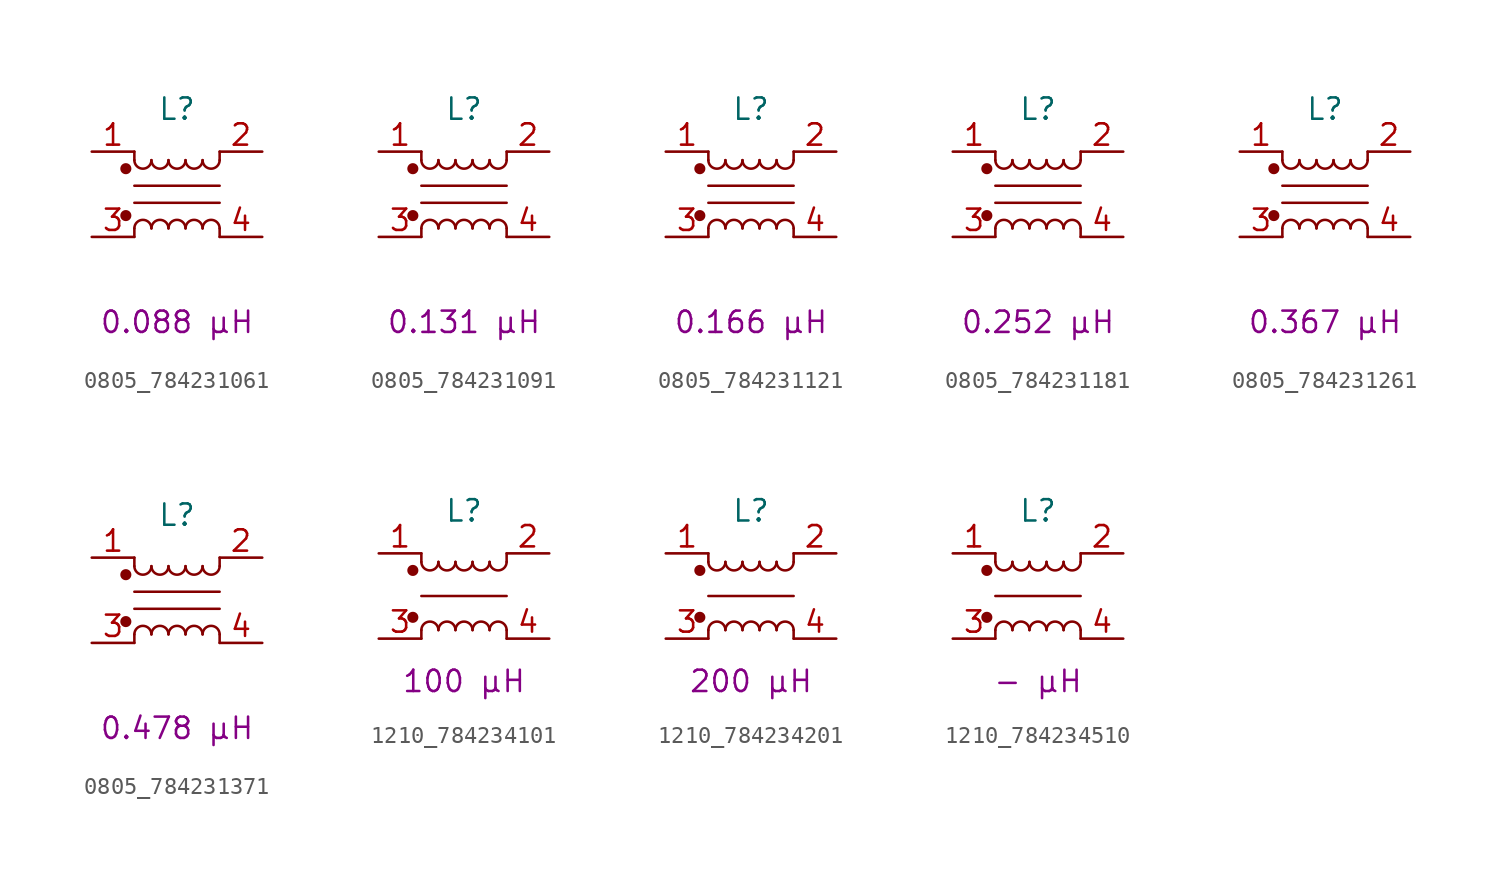
<source format=kicad_sym>
(kicad_symbol_lib
  (version 20220914)
  (generator kicad_symbol_editor)
  (symbol "0805_784231061"
    (pin_names hide)
    (property "Reference" "L"
      (at 0 5.08 0)
      (effects (font (size 1.27 1.27))))
    (property "Critical Parameter" "0.088 µH"
      (at 0 -7.62 0)
      (effects (font (size 1.27 1.27))))
    (symbol "0805_784231061_0_1"
      (circle (center -3.048 -1.27) (radius 0.254) (stroke (width 0) (type default)) (fill (type outline)))
      (circle (center -3.048 1.524) (radius 0.254) (stroke (width 0) (type default)) (fill (type outline)))
      (arc (start -2.54 2.032) (mid -2.032 1.5262) (end -1.524 2.032) (stroke (width 0) (type default)) (fill (type none)))
      (arc (start -1.524 -2.032) (mid -2.032 -1.5262) (end -2.54 -2.032) (stroke (width 0) (type default)) (fill (type none)))
      (arc (start -1.524 2.032) (mid -1.016 1.5262) (end -0.508 2.032) (stroke (width 0) (type default)) (fill (type none)))
      (arc (start -0.508 -2.032) (mid -1.016 -1.5262) (end -1.524 -2.032) (stroke (width 0) (type default)) (fill (type none)))
      (arc (start -0.508 2.032) (mid 0 1.5262) (end 0.508 2.032) (stroke (width 0) (type default)) (fill (type none)))
      (polyline (pts (xy -2.54 -2.032) (xy -2.54 -2.54)) (stroke (width 0) (type default)) (fill (type none)))
      (polyline (pts (xy -2.54 0.508) (xy 2.54 0.508)) (stroke (width 0) (type default)) (fill (type none)))
      (polyline (pts (xy -2.54 2.032) (xy -2.54 2.54)) (stroke (width 0) (type default)) (fill (type none)))
      (polyline (pts (xy 2.54 -2.032) (xy 2.54 -2.54)) (stroke (width 0) (type default)) (fill (type none)))
      (polyline (pts (xy 2.54 -0.508) (xy -2.54 -0.508)) (stroke (width 0) (type default)) (fill (type none)))
      (polyline (pts (xy 2.54 2.54) (xy 2.54 2.032)) (stroke (width 0) (type default)) (fill (type none)))
      (arc (start 0.508 -2.032) (mid 0 -1.5262) (end -0.508 -2.032) (stroke (width 0) (type default)) (fill (type none)))
      (arc (start 0.508 2.032) (mid 1.016 1.5262) (end 1.524 2.032) (stroke (width 0) (type default)) (fill (type none)))
      (arc (start 1.524 -2.032) (mid 1.016 -1.5262) (end 0.508 -2.032) (stroke (width 0) (type default)) (fill (type none)))
      (arc (start 1.524 2.032) (mid 2.032 1.5262) (end 2.54 2.032) (stroke (width 0) (type default)) (fill (type none)))
      (arc (start 2.54 -2.032) (mid 2.032 -1.5262) (end 1.524 -2.032) (stroke (width 0) (type default)) (fill (type none))))
    (symbol "0805_784231061_1_1"
      (pin passive line (at -5.08 2.54 0) (length 2.54) (name "1" (effects (font (size 1.27 1.27)))) (number "1" (effects (font (size 1.27 1.27)))))
      (pin passive line (at 5.08 -2.54 180) (length 2.54) (name "4" (effects (font (size 1.27 1.27)))) (number "4" (effects (font (size 1.27 1.27)))))
      (pin passive line (at -5.08 -2.54 0) (length 2.54) (name "3" (effects (font (size 1.27 1.27)))) (number "3" (effects (font (size 1.27 1.27)))))
      (pin passive line (at 5.08 2.54 180) (length 2.54) (name "2" (effects (font (size 1.27 1.27)))) (number "2" (effects (font (size 1.27 1.27)))))))
  (symbol "0805_784231091"
    (pin_names hide)
    (property "Reference" "L"
      (at 0 5.08 0)
      (effects (font (size 1.27 1.27))))
    (property "Critical Parameter" "0.131 µH"
      (at 0 -7.62 0)
      (effects (font (size 1.27 1.27))))
    (symbol "0805_784231091_0_1"
      (circle (center -3.048 -1.27) (radius 0.254) (stroke (width 0) (type default)) (fill (type outline)))
      (circle (center -3.048 1.524) (radius 0.254) (stroke (width 0) (type default)) (fill (type outline)))
      (arc (start -2.54 2.032) (mid -2.032 1.5262) (end -1.524 2.032) (stroke (width 0) (type default)) (fill (type none)))
      (arc (start -1.524 -2.032) (mid -2.032 -1.5262) (end -2.54 -2.032) (stroke (width 0) (type default)) (fill (type none)))
      (arc (start -1.524 2.032) (mid -1.016 1.5262) (end -0.508 2.032) (stroke (width 0) (type default)) (fill (type none)))
      (arc (start -0.508 -2.032) (mid -1.016 -1.5262) (end -1.524 -2.032) (stroke (width 0) (type default)) (fill (type none)))
      (arc (start -0.508 2.032) (mid 0 1.5262) (end 0.508 2.032) (stroke (width 0) (type default)) (fill (type none)))
      (polyline (pts (xy -2.54 -2.032) (xy -2.54 -2.54)) (stroke (width 0) (type default)) (fill (type none)))
      (polyline (pts (xy -2.54 0.508) (xy 2.54 0.508)) (stroke (width 0) (type default)) (fill (type none)))
      (polyline (pts (xy -2.54 2.032) (xy -2.54 2.54)) (stroke (width 0) (type default)) (fill (type none)))
      (polyline (pts (xy 2.54 -2.032) (xy 2.54 -2.54)) (stroke (width 0) (type default)) (fill (type none)))
      (polyline (pts (xy 2.54 -0.508) (xy -2.54 -0.508)) (stroke (width 0) (type default)) (fill (type none)))
      (polyline (pts (xy 2.54 2.54) (xy 2.54 2.032)) (stroke (width 0) (type default)) (fill (type none)))
      (arc (start 0.508 -2.032) (mid 0 -1.5262) (end -0.508 -2.032) (stroke (width 0) (type default)) (fill (type none)))
      (arc (start 0.508 2.032) (mid 1.016 1.5262) (end 1.524 2.032) (stroke (width 0) (type default)) (fill (type none)))
      (arc (start 1.524 -2.032) (mid 1.016 -1.5262) (end 0.508 -2.032) (stroke (width 0) (type default)) (fill (type none)))
      (arc (start 1.524 2.032) (mid 2.032 1.5262) (end 2.54 2.032) (stroke (width 0) (type default)) (fill (type none)))
      (arc (start 2.54 -2.032) (mid 2.032 -1.5262) (end 1.524 -2.032) (stroke (width 0) (type default)) (fill (type none))))
    (symbol "0805_784231091_1_1"
      (pin passive line (at -5.08 2.54 0) (length 2.54) (name "1" (effects (font (size 1.27 1.27)))) (number "1" (effects (font (size 1.27 1.27)))))
      (pin passive line (at 5.08 -2.54 180) (length 2.54) (name "4" (effects (font (size 1.27 1.27)))) (number "4" (effects (font (size 1.27 1.27)))))
      (pin passive line (at -5.08 -2.54 0) (length 2.54) (name "3" (effects (font (size 1.27 1.27)))) (number "3" (effects (font (size 1.27 1.27)))))
      (pin passive line (at 5.08 2.54 180) (length 2.54) (name "2" (effects (font (size 1.27 1.27)))) (number "2" (effects (font (size 1.27 1.27)))))))
  (symbol "0805_784231121"
    (pin_names hide)
    (property "Reference" "L"
      (at 0 5.08 0)
      (effects (font (size 1.27 1.27))))
    (property "Critical Parameter" "0.166 µH"
      (at 0 -7.62 0)
      (effects (font (size 1.27 1.27))))
    (symbol "0805_784231121_0_1"
      (circle (center -3.048 -1.27) (radius 0.254) (stroke (width 0) (type default)) (fill (type outline)))
      (circle (center -3.048 1.524) (radius 0.254) (stroke (width 0) (type default)) (fill (type outline)))
      (arc (start -2.54 2.032) (mid -2.032 1.5262) (end -1.524 2.032) (stroke (width 0) (type default)) (fill (type none)))
      (arc (start -1.524 -2.032) (mid -2.032 -1.5262) (end -2.54 -2.032) (stroke (width 0) (type default)) (fill (type none)))
      (arc (start -1.524 2.032) (mid -1.016 1.5262) (end -0.508 2.032) (stroke (width 0) (type default)) (fill (type none)))
      (arc (start -0.508 -2.032) (mid -1.016 -1.5262) (end -1.524 -2.032) (stroke (width 0) (type default)) (fill (type none)))
      (arc (start -0.508 2.032) (mid 0 1.5262) (end 0.508 2.032) (stroke (width 0) (type default)) (fill (type none)))
      (polyline (pts (xy -2.54 -2.032) (xy -2.54 -2.54)) (stroke (width 0) (type default)) (fill (type none)))
      (polyline (pts (xy -2.54 0.508) (xy 2.54 0.508)) (stroke (width 0) (type default)) (fill (type none)))
      (polyline (pts (xy -2.54 2.032) (xy -2.54 2.54)) (stroke (width 0) (type default)) (fill (type none)))
      (polyline (pts (xy 2.54 -2.032) (xy 2.54 -2.54)) (stroke (width 0) (type default)) (fill (type none)))
      (polyline (pts (xy 2.54 -0.508) (xy -2.54 -0.508)) (stroke (width 0) (type default)) (fill (type none)))
      (polyline (pts (xy 2.54 2.54) (xy 2.54 2.032)) (stroke (width 0) (type default)) (fill (type none)))
      (arc (start 0.508 -2.032) (mid 0 -1.5262) (end -0.508 -2.032) (stroke (width 0) (type default)) (fill (type none)))
      (arc (start 0.508 2.032) (mid 1.016 1.5262) (end 1.524 2.032) (stroke (width 0) (type default)) (fill (type none)))
      (arc (start 1.524 -2.032) (mid 1.016 -1.5262) (end 0.508 -2.032) (stroke (width 0) (type default)) (fill (type none)))
      (arc (start 1.524 2.032) (mid 2.032 1.5262) (end 2.54 2.032) (stroke (width 0) (type default)) (fill (type none)))
      (arc (start 2.54 -2.032) (mid 2.032 -1.5262) (end 1.524 -2.032) (stroke (width 0) (type default)) (fill (type none))))
    (symbol "0805_784231121_1_1"
      (pin passive line (at -5.08 2.54 0) (length 2.54) (name "1" (effects (font (size 1.27 1.27)))) (number "1" (effects (font (size 1.27 1.27)))))
      (pin passive line (at 5.08 -2.54 180) (length 2.54) (name "4" (effects (font (size 1.27 1.27)))) (number "4" (effects (font (size 1.27 1.27)))))
      (pin passive line (at -5.08 -2.54 0) (length 2.54) (name "3" (effects (font (size 1.27 1.27)))) (number "3" (effects (font (size 1.27 1.27)))))
      (pin passive line (at 5.08 2.54 180) (length 2.54) (name "2" (effects (font (size 1.27 1.27)))) (number "2" (effects (font (size 1.27 1.27)))))))
  (symbol "0805_784231181"
    (pin_names hide)
    (property "Reference" "L"
      (at 0 5.08 0)
      (effects (font (size 1.27 1.27))))
    (property "Critical Parameter" "0.252 µH"
      (at 0 -7.62 0)
      (effects (font (size 1.27 1.27))))
    (symbol "0805_784231181_0_1"
      (circle (center -3.048 -1.27) (radius 0.254) (stroke (width 0) (type default)) (fill (type outline)))
      (circle (center -3.048 1.524) (radius 0.254) (stroke (width 0) (type default)) (fill (type outline)))
      (arc (start -2.54 2.032) (mid -2.032 1.5262) (end -1.524 2.032) (stroke (width 0) (type default)) (fill (type none)))
      (arc (start -1.524 -2.032) (mid -2.032 -1.5262) (end -2.54 -2.032) (stroke (width 0) (type default)) (fill (type none)))
      (arc (start -1.524 2.032) (mid -1.016 1.5262) (end -0.508 2.032) (stroke (width 0) (type default)) (fill (type none)))
      (arc (start -0.508 -2.032) (mid -1.016 -1.5262) (end -1.524 -2.032) (stroke (width 0) (type default)) (fill (type none)))
      (arc (start -0.508 2.032) (mid 0 1.5262) (end 0.508 2.032) (stroke (width 0) (type default)) (fill (type none)))
      (polyline (pts (xy -2.54 -2.032) (xy -2.54 -2.54)) (stroke (width 0) (type default)) (fill (type none)))
      (polyline (pts (xy -2.54 0.508) (xy 2.54 0.508)) (stroke (width 0) (type default)) (fill (type none)))
      (polyline (pts (xy -2.54 2.032) (xy -2.54 2.54)) (stroke (width 0) (type default)) (fill (type none)))
      (polyline (pts (xy 2.54 -2.032) (xy 2.54 -2.54)) (stroke (width 0) (type default)) (fill (type none)))
      (polyline (pts (xy 2.54 -0.508) (xy -2.54 -0.508)) (stroke (width 0) (type default)) (fill (type none)))
      (polyline (pts (xy 2.54 2.54) (xy 2.54 2.032)) (stroke (width 0) (type default)) (fill (type none)))
      (arc (start 0.508 -2.032) (mid 0 -1.5262) (end -0.508 -2.032) (stroke (width 0) (type default)) (fill (type none)))
      (arc (start 0.508 2.032) (mid 1.016 1.5262) (end 1.524 2.032) (stroke (width 0) (type default)) (fill (type none)))
      (arc (start 1.524 -2.032) (mid 1.016 -1.5262) (end 0.508 -2.032) (stroke (width 0) (type default)) (fill (type none)))
      (arc (start 1.524 2.032) (mid 2.032 1.5262) (end 2.54 2.032) (stroke (width 0) (type default)) (fill (type none)))
      (arc (start 2.54 -2.032) (mid 2.032 -1.5262) (end 1.524 -2.032) (stroke (width 0) (type default)) (fill (type none))))
    (symbol "0805_784231181_1_1"
      (pin passive line (at -5.08 2.54 0) (length 2.54) (name "1" (effects (font (size 1.27 1.27)))) (number "1" (effects (font (size 1.27 1.27)))))
      (pin passive line (at 5.08 -2.54 180) (length 2.54) (name "4" (effects (font (size 1.27 1.27)))) (number "4" (effects (font (size 1.27 1.27)))))
      (pin passive line (at -5.08 -2.54 0) (length 2.54) (name "3" (effects (font (size 1.27 1.27)))) (number "3" (effects (font (size 1.27 1.27)))))
      (pin passive line (at 5.08 2.54 180) (length 2.54) (name "2" (effects (font (size 1.27 1.27)))) (number "2" (effects (font (size 1.27 1.27)))))))
  (symbol "0805_784231261"
    (pin_names hide)
    (property "Reference" "L"
      (at 0 5.08 0)
      (effects (font (size 1.27 1.27))))
    (property "Critical Parameter" "0.367 µH"
      (at 0 -7.62 0)
      (effects (font (size 1.27 1.27))))
    (symbol "0805_784231261_0_1"
      (circle (center -3.048 -1.27) (radius 0.254) (stroke (width 0) (type default)) (fill (type outline)))
      (circle (center -3.048 1.524) (radius 0.254) (stroke (width 0) (type default)) (fill (type outline)))
      (arc (start -2.54 2.032) (mid -2.032 1.5262) (end -1.524 2.032) (stroke (width 0) (type default)) (fill (type none)))
      (arc (start -1.524 -2.032) (mid -2.032 -1.5262) (end -2.54 -2.032) (stroke (width 0) (type default)) (fill (type none)))
      (arc (start -1.524 2.032) (mid -1.016 1.5262) (end -0.508 2.032) (stroke (width 0) (type default)) (fill (type none)))
      (arc (start -0.508 -2.032) (mid -1.016 -1.5262) (end -1.524 -2.032) (stroke (width 0) (type default)) (fill (type none)))
      (arc (start -0.508 2.032) (mid 0 1.5262) (end 0.508 2.032) (stroke (width 0) (type default)) (fill (type none)))
      (polyline (pts (xy -2.54 -2.032) (xy -2.54 -2.54)) (stroke (width 0) (type default)) (fill (type none)))
      (polyline (pts (xy -2.54 0.508) (xy 2.54 0.508)) (stroke (width 0) (type default)) (fill (type none)))
      (polyline (pts (xy -2.54 2.032) (xy -2.54 2.54)) (stroke (width 0) (type default)) (fill (type none)))
      (polyline (pts (xy 2.54 -2.032) (xy 2.54 -2.54)) (stroke (width 0) (type default)) (fill (type none)))
      (polyline (pts (xy 2.54 -0.508) (xy -2.54 -0.508)) (stroke (width 0) (type default)) (fill (type none)))
      (polyline (pts (xy 2.54 2.54) (xy 2.54 2.032)) (stroke (width 0) (type default)) (fill (type none)))
      (arc (start 0.508 -2.032) (mid 0 -1.5262) (end -0.508 -2.032) (stroke (width 0) (type default)) (fill (type none)))
      (arc (start 0.508 2.032) (mid 1.016 1.5262) (end 1.524 2.032) (stroke (width 0) (type default)) (fill (type none)))
      (arc (start 1.524 -2.032) (mid 1.016 -1.5262) (end 0.508 -2.032) (stroke (width 0) (type default)) (fill (type none)))
      (arc (start 1.524 2.032) (mid 2.032 1.5262) (end 2.54 2.032) (stroke (width 0) (type default)) (fill (type none)))
      (arc (start 2.54 -2.032) (mid 2.032 -1.5262) (end 1.524 -2.032) (stroke (width 0) (type default)) (fill (type none))))
    (symbol "0805_784231261_1_1"
      (pin passive line (at -5.08 2.54 0) (length 2.54) (name "1" (effects (font (size 1.27 1.27)))) (number "1" (effects (font (size 1.27 1.27)))))
      (pin passive line (at 5.08 -2.54 180) (length 2.54) (name "4" (effects (font (size 1.27 1.27)))) (number "4" (effects (font (size 1.27 1.27)))))
      (pin passive line (at -5.08 -2.54 0) (length 2.54) (name "3" (effects (font (size 1.27 1.27)))) (number "3" (effects (font (size 1.27 1.27)))))
      (pin passive line (at 5.08 2.54 180) (length 2.54) (name "2" (effects (font (size 1.27 1.27)))) (number "2" (effects (font (size 1.27 1.27)))))))
  (symbol "0805_784231371"
    (pin_names hide)
    (property "Reference" "L"
      (at 0 5.08 0)
      (effects (font (size 1.27 1.27))))
    (property "Critical Parameter" "0.478 µH"
      (at 0 -7.62 0)
      (effects (font (size 1.27 1.27))))
    (symbol "0805_784231371_0_1"
      (circle (center -3.048 -1.27) (radius 0.254) (stroke (width 0) (type default)) (fill (type outline)))
      (circle (center -3.048 1.524) (radius 0.254) (stroke (width 0) (type default)) (fill (type outline)))
      (arc (start -2.54 2.032) (mid -2.032 1.5262) (end -1.524 2.032) (stroke (width 0) (type default)) (fill (type none)))
      (arc (start -1.524 -2.032) (mid -2.032 -1.5262) (end -2.54 -2.032) (stroke (width 0) (type default)) (fill (type none)))
      (arc (start -1.524 2.032) (mid -1.016 1.5262) (end -0.508 2.032) (stroke (width 0) (type default)) (fill (type none)))
      (arc (start -0.508 -2.032) (mid -1.016 -1.5262) (end -1.524 -2.032) (stroke (width 0) (type default)) (fill (type none)))
      (arc (start -0.508 2.032) (mid 0 1.5262) (end 0.508 2.032) (stroke (width 0) (type default)) (fill (type none)))
      (polyline (pts (xy -2.54 -2.032) (xy -2.54 -2.54)) (stroke (width 0) (type default)) (fill (type none)))
      (polyline (pts (xy -2.54 0.508) (xy 2.54 0.508)) (stroke (width 0) (type default)) (fill (type none)))
      (polyline (pts (xy -2.54 2.032) (xy -2.54 2.54)) (stroke (width 0) (type default)) (fill (type none)))
      (polyline (pts (xy 2.54 -2.032) (xy 2.54 -2.54)) (stroke (width 0) (type default)) (fill (type none)))
      (polyline (pts (xy 2.54 -0.508) (xy -2.54 -0.508)) (stroke (width 0) (type default)) (fill (type none)))
      (polyline (pts (xy 2.54 2.54) (xy 2.54 2.032)) (stroke (width 0) (type default)) (fill (type none)))
      (arc (start 0.508 -2.032) (mid 0 -1.5262) (end -0.508 -2.032) (stroke (width 0) (type default)) (fill (type none)))
      (arc (start 0.508 2.032) (mid 1.016 1.5262) (end 1.524 2.032) (stroke (width 0) (type default)) (fill (type none)))
      (arc (start 1.524 -2.032) (mid 1.016 -1.5262) (end 0.508 -2.032) (stroke (width 0) (type default)) (fill (type none)))
      (arc (start 1.524 2.032) (mid 2.032 1.5262) (end 2.54 2.032) (stroke (width 0) (type default)) (fill (type none)))
      (arc (start 2.54 -2.032) (mid 2.032 -1.5262) (end 1.524 -2.032) (stroke (width 0) (type default)) (fill (type none))))
    (symbol "0805_784231371_1_1"
      (pin passive line (at -5.08 2.54 0) (length 2.54) (name "1" (effects (font (size 1.27 1.27)))) (number "1" (effects (font (size 1.27 1.27)))))
      (pin passive line (at 5.08 -2.54 180) (length 2.54) (name "4" (effects (font (size 1.27 1.27)))) (number "4" (effects (font (size 1.27 1.27)))))
      (pin passive line (at -5.08 -2.54 0) (length 2.54) (name "3" (effects (font (size 1.27 1.27)))) (number "3" (effects (font (size 1.27 1.27)))))
      (pin passive line (at 5.08 2.54 180) (length 2.54) (name "2" (effects (font (size 1.27 1.27)))) (number "2" (effects (font (size 1.27 1.27)))))))
  (symbol "1210_784234101"
    (pin_names hide)
    (property "Reference" "L"
      (at 0 5.08 0)
      (effects (font (size 1.27 1.27))))
    (property "Critical Parameter" "100 µH"
      (at 0 -5.08 0)
      (effects (font (size 1.27 1.27))))
    (symbol "1210_784234101_0_1"
      (circle (center -3.048 -1.27) (radius 0.254) (stroke (width 0) (type default)) (fill (type outline)))
      (circle (center -3.048 1.524) (radius 0.254) (stroke (width 0) (type default)) (fill (type outline)))
      (arc (start -2.54 2.032) (mid -2.032 1.5262) (end -1.524 2.032) (stroke (width 0) (type default)) (fill (type none)))
      (arc (start -1.524 -2.032) (mid -2.032 -1.5262) (end -2.54 -2.032) (stroke (width 0) (type default)) (fill (type none)))
      (arc (start -1.524 2.032) (mid -1.016 1.5262) (end -0.508 2.032) (stroke (width 0) (type default)) (fill (type none)))
      (arc (start -0.508 -2.032) (mid -1.016 -1.5262) (end -1.524 -2.032) (stroke (width 0) (type default)) (fill (type none)))
      (arc (start -0.508 2.032) (mid 0 1.5262) (end 0.508 2.032) (stroke (width 0) (type default)) (fill (type none)))
      (polyline (pts (xy -2.54 -2.032) (xy -2.54 -2.54)) (stroke (width 0) (type default)) (fill (type none)))
      (polyline (pts (xy -2.54 2.032) (xy -2.54 2.54)) (stroke (width 0) (type default)) (fill (type none)))
      (polyline (pts (xy 2.54 -2.032) (xy 2.54 -2.54)) (stroke (width 0) (type default)) (fill (type none)))
      (polyline (pts (xy 2.54 0) (xy -2.54 0)) (stroke (width 0) (type default)) (fill (type none)))
      (polyline (pts (xy 2.54 2.54) (xy 2.54 2.032)) (stroke (width 0) (type default)) (fill (type none)))
      (arc (start 0.508 -2.032) (mid 0 -1.5262) (end -0.508 -2.032) (stroke (width 0) (type default)) (fill (type none)))
      (arc (start 0.508 2.032) (mid 1.016 1.5262) (end 1.524 2.032) (stroke (width 0) (type default)) (fill (type none)))
      (arc (start 1.524 -2.032) (mid 1.016 -1.5262) (end 0.508 -2.032) (stroke (width 0) (type default)) (fill (type none)))
      (arc (start 1.524 2.032) (mid 2.032 1.5262) (end 2.54 2.032) (stroke (width 0) (type default)) (fill (type none)))
      (arc (start 2.54 -2.032) (mid 2.032 -1.5262) (end 1.524 -2.032) (stroke (width 0) (type default)) (fill (type none))))
    (symbol "1210_784234101_1_1"
      (pin passive line (at -5.08 2.54 0) (length 2.54) (name "1" (effects (font (size 1.27 1.27)))) (number "1" (effects (font (size 1.27 1.27)))))
      (pin passive line (at 5.08 2.54 180) (length 2.54) (name "2" (effects (font (size 1.27 1.27)))) (number "2" (effects (font (size 1.27 1.27)))))
      (pin passive line (at -5.08 -2.54 0) (length 2.54) (name "3" (effects (font (size 1.27 1.27)))) (number "3" (effects (font (size 1.27 1.27)))))
      (pin passive line (at 5.08 -2.54 180) (length 2.54) (name "4" (effects (font (size 1.27 1.27)))) (number "4" (effects (font (size 1.27 1.27)))))))
  (symbol "1210_784234201"
    (pin_names hide)
    (property "Reference" "L"
      (at 0 5.08 0)
      (effects (font (size 1.27 1.27))))
    (property "Critical Parameter" "200 µH"
      (at 0 -5.08 0)
      (effects (font (size 1.27 1.27))))
    (symbol "1210_784234201_0_1"
      (circle (center -3.048 -1.27) (radius 0.254) (stroke (width 0) (type default)) (fill (type outline)))
      (circle (center -3.048 1.524) (radius 0.254) (stroke (width 0) (type default)) (fill (type outline)))
      (arc (start -2.54 2.032) (mid -2.032 1.5262) (end -1.524 2.032) (stroke (width 0) (type default)) (fill (type none)))
      (arc (start -1.524 -2.032) (mid -2.032 -1.5262) (end -2.54 -2.032) (stroke (width 0) (type default)) (fill (type none)))
      (arc (start -1.524 2.032) (mid -1.016 1.5262) (end -0.508 2.032) (stroke (width 0) (type default)) (fill (type none)))
      (arc (start -0.508 -2.032) (mid -1.016 -1.5262) (end -1.524 -2.032) (stroke (width 0) (type default)) (fill (type none)))
      (arc (start -0.508 2.032) (mid 0 1.5262) (end 0.508 2.032) (stroke (width 0) (type default)) (fill (type none)))
      (polyline (pts (xy -2.54 -2.032) (xy -2.54 -2.54)) (stroke (width 0) (type default)) (fill (type none)))
      (polyline (pts (xy -2.54 2.032) (xy -2.54 2.54)) (stroke (width 0) (type default)) (fill (type none)))
      (polyline (pts (xy 2.54 -2.032) (xy 2.54 -2.54)) (stroke (width 0) (type default)) (fill (type none)))
      (polyline (pts (xy 2.54 0) (xy -2.54 0)) (stroke (width 0) (type default)) (fill (type none)))
      (polyline (pts (xy 2.54 2.54) (xy 2.54 2.032)) (stroke (width 0) (type default)) (fill (type none)))
      (arc (start 0.508 -2.032) (mid 0 -1.5262) (end -0.508 -2.032) (stroke (width 0) (type default)) (fill (type none)))
      (arc (start 0.508 2.032) (mid 1.016 1.5262) (end 1.524 2.032) (stroke (width 0) (type default)) (fill (type none)))
      (arc (start 1.524 -2.032) (mid 1.016 -1.5262) (end 0.508 -2.032) (stroke (width 0) (type default)) (fill (type none)))
      (arc (start 1.524 2.032) (mid 2.032 1.5262) (end 2.54 2.032) (stroke (width 0) (type default)) (fill (type none)))
      (arc (start 2.54 -2.032) (mid 2.032 -1.5262) (end 1.524 -2.032) (stroke (width 0) (type default)) (fill (type none))))
    (symbol "1210_784234201_1_1"
      (pin passive line (at -5.08 2.54 0) (length 2.54) (name "1" (effects (font (size 1.27 1.27)))) (number "1" (effects (font (size 1.27 1.27)))))
      (pin passive line (at 5.08 2.54 180) (length 2.54) (name "2" (effects (font (size 1.27 1.27)))) (number "2" (effects (font (size 1.27 1.27)))))
      (pin passive line (at -5.08 -2.54 0) (length 2.54) (name "3" (effects (font (size 1.27 1.27)))) (number "3" (effects (font (size 1.27 1.27)))))
      (pin passive line (at 5.08 -2.54 180) (length 2.54) (name "4" (effects (font (size 1.27 1.27)))) (number "4" (effects (font (size 1.27 1.27)))))))
  (symbol "1210_784234510"
    (pin_names hide)
    (property "Reference" "L"
      (at 0 5.08 0)
      (effects (font (size 1.27 1.27))))
    (property "Critical Parameter" "- µH"
      (at 0 -5.08 0)
      (effects (font (size 1.27 1.27))))
    (symbol "1210_784234510_0_1"
      (circle (center -3.048 -1.27) (radius 0.254) (stroke (width 0) (type default)) (fill (type outline)))
      (circle (center -3.048 1.524) (radius 0.254) (stroke (width 0) (type default)) (fill (type outline)))
      (arc (start -2.54 2.032) (mid -2.032 1.5262) (end -1.524 2.032) (stroke (width 0) (type default)) (fill (type none)))
      (arc (start -1.524 -2.032) (mid -2.032 -1.5262) (end -2.54 -2.032) (stroke (width 0) (type default)) (fill (type none)))
      (arc (start -1.524 2.032) (mid -1.016 1.5262) (end -0.508 2.032) (stroke (width 0) (type default)) (fill (type none)))
      (arc (start -0.508 -2.032) (mid -1.016 -1.5262) (end -1.524 -2.032) (stroke (width 0) (type default)) (fill (type none)))
      (arc (start -0.508 2.032) (mid 0 1.5262) (end 0.508 2.032) (stroke (width 0) (type default)) (fill (type none)))
      (polyline (pts (xy -2.54 -2.032) (xy -2.54 -2.54)) (stroke (width 0) (type default)) (fill (type none)))
      (polyline (pts (xy -2.54 2.032) (xy -2.54 2.54)) (stroke (width 0) (type default)) (fill (type none)))
      (polyline (pts (xy 2.54 -2.032) (xy 2.54 -2.54)) (stroke (width 0) (type default)) (fill (type none)))
      (polyline (pts (xy 2.54 0) (xy -2.54 0)) (stroke (width 0) (type default)) (fill (type none)))
      (polyline (pts (xy 2.54 2.54) (xy 2.54 2.032)) (stroke (width 0) (type default)) (fill (type none)))
      (arc (start 0.508 -2.032) (mid 0 -1.5262) (end -0.508 -2.032) (stroke (width 0) (type default)) (fill (type none)))
      (arc (start 0.508 2.032) (mid 1.016 1.5262) (end 1.524 2.032) (stroke (width 0) (type default)) (fill (type none)))
      (arc (start 1.524 -2.032) (mid 1.016 -1.5262) (end 0.508 -2.032) (stroke (width 0) (type default)) (fill (type none)))
      (arc (start 1.524 2.032) (mid 2.032 1.5262) (end 2.54 2.032) (stroke (width 0) (type default)) (fill (type none)))
      (arc (start 2.54 -2.032) (mid 2.032 -1.5262) (end 1.524 -2.032) (stroke (width 0) (type default)) (fill (type none))))
    (symbol "1210_784234510_1_1"
      (pin passive line (at -5.08 2.54 0) (length 2.54) (name "1" (effects (font (size 1.27 1.27)))) (number "1" (effects (font (size 1.27 1.27)))))
      (pin passive line (at 5.08 2.54 180) (length 2.54) (name "2" (effects (font (size 1.27 1.27)))) (number "2" (effects (font (size 1.27 1.27)))))
      (pin passive line (at -5.08 -2.54 0) (length 2.54) (name "3" (effects (font (size 1.27 1.27)))) (number "3" (effects (font (size 1.27 1.27)))))
      (pin passive line (at 5.08 -2.54 180) (length 2.54) (name "4" (effects (font (size 1.27 1.27)))) (number "4" (effects (font (size 1.27 1.27))))))))
</source>
